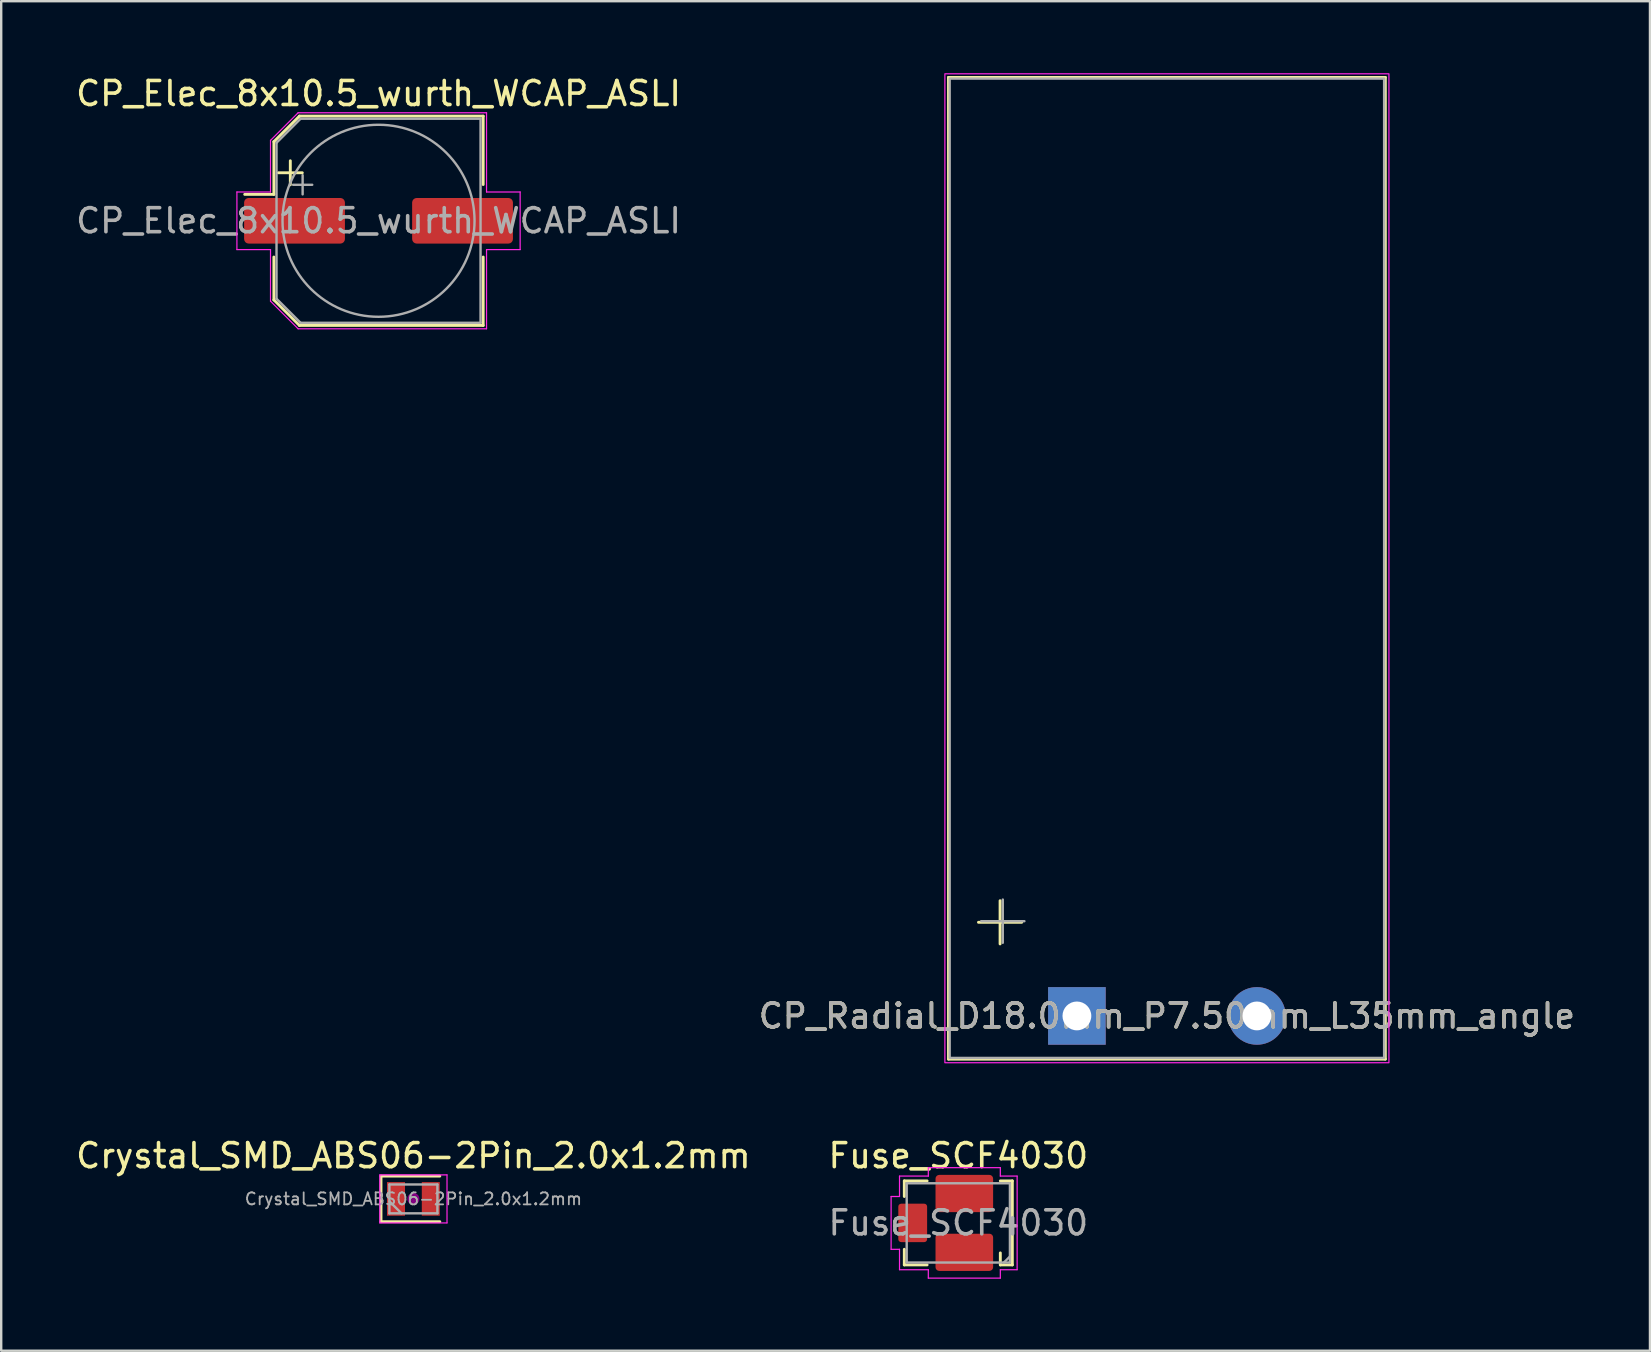
<source format=kicad_pcb>
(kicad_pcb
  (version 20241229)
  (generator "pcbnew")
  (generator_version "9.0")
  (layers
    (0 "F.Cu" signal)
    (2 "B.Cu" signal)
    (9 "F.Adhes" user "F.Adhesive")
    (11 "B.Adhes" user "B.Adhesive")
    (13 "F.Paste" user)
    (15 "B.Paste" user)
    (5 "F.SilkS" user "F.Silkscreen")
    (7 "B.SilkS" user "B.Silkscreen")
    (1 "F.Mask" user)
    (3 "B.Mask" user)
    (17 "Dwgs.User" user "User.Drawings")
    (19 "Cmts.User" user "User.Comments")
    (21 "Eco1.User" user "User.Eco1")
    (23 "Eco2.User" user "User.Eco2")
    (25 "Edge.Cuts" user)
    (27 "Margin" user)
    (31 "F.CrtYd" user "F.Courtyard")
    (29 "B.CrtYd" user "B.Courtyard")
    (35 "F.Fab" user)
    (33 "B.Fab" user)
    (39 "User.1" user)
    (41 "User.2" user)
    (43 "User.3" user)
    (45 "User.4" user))
  (footprint "CP_Radial_D18.0mm_P7.50mm_L35mm_angle"
    (layer "F.Cu")
    (at 41.815 39.275)
    (property "Reference" "CP_Radial_D18.0mm_P7.50mm_L35mm_angle" (at 3.75 0 180) (layer "F.SilkS") (effects (font (size 1 1) (thickness 0.15))))
    (attr through_hole)
    (fp_line (start -5.35 -39.1) (end -5.35 1.8) (stroke (width 0.12) (type solid)) (layer "F.SilkS"))
    (fp_line (start -4.1 -3.9) (end -2.3 -3.9) (stroke (width 0.12) (type solid)) (layer "F.SilkS"))
    (fp_line (start -3.2 -4.8) (end -3.2 -3) (stroke (width 0.12) (type solid)) (layer "F.SilkS"))
    (fp_line (start 12.85 -39.1) (end -5.35 -39.1) (stroke (width 0.12) (type solid)) (layer "F.SilkS"))
    (fp_line (start 12.85 1.8) (end -5.35 1.8) (stroke (width 0.12) (type solid)) (layer "F.SilkS"))
    (fp_line (start 12.85 1.8) (end 12.85 -39.1) (stroke (width 0.12) (type solid)) (layer "F.SilkS"))
    (fp_rect (start -5 -38.75) (end 12.5 -11.75) (stroke (width 0.12) (type solid)) (fill no) (layer "Eco1.User"))
    (fp_rect (start 13 1.95) (end -5.5 -39.25) (stroke (width 0.05) (type solid)) (fill no) (layer "F.CrtYd"))
    (fp_line (start -3.987 -3.947) (end -2.187 -3.947) (stroke (width 0.1) (type solid)) (layer "F.Fab"))
    (fp_line (start -3.087 -4.848) (end -3.087 -3.047) (stroke (width 0.1) (type solid)) (layer "F.Fab"))
    (fp_rect (start 12.8 1.75) (end -5.3 -39.05) (stroke (width 0.1) (type solid)) (fill no) (layer "F.Fab"))
    (fp_text user "Capacitor" (at 3.245 -28.75 0) (unlocked yes) (layer "Eco1.User") (effects (font (size 2 2) (thickness 0.3))))
    (fp_text user "Glue" (at 3.25 -31.75 0) (unlocked yes) (layer "Eco1.User") (effects (font (size 2 2) (thickness 0.3))))
    (fp_text user "board" (at 3.245 -22.5 0) (unlocked yes) (layer "Eco1.User") (effects (font (size 2 2) (thickness 0.3))))
    (fp_text user "to" (at 3.245 -25.5 0) (unlocked yes) (layer "Eco1.User") (effects (font (size 2 2) (thickness 0.3))))
    (fp_text user "${REFERENCE}" (at 3.75 0 0) (layer "F.Fab") (effects (font (size 1 1) (thickness 0.15))))
    (pad "1" thru_hole rect (at 0 0) (size 2.4 2.4) (drill 1.2) (layers "*.Cu" "*.Mask"))
    (pad "2" thru_hole circle (at 7.5 0) (size 2.4 2.4) (drill 1.2) (layers "*.Cu" "*.Mask")))
  (footprint "Crystal_SMD_ABS06-2Pin_2.0x1.2mm"
    (layer "F.Cu")
    (at 14.173 46.898)
    (property "Reference" "Crystal_SMD_ABS06-2Pin_2.0x1.2mm" (at 0 -1.8 0) (layer "F.SilkS") (effects (font (size 1 1) (thickness 0.15))))
    (attr smd)
    (fp_line (start -1.35 -0.95) (end -1.35 0.95) (stroke (width 0.12) (type solid)) (layer "F.SilkS"))
    (fp_line (start -1.35 -0.95) (end 1.1 -0.95) (stroke (width 0.12) (type solid)) (layer "F.SilkS"))
    (fp_line (start -1.35 0.95) (end 1.1 0.95) (stroke (width 0.12) (type solid)) (layer "F.SilkS"))
    (fp_circle (center 0 0) (end 0.047 0) (stroke (width 0.093) (type solid)) (fill no) (layer "F.Adhes"))
    (fp_circle (center 0 0) (end 0.107 0) (stroke (width 0.067) (type solid)) (fill no) (layer "F.Adhes"))
    (fp_circle (center 0 0) (end 0.167 0) (stroke (width 0.067) (type solid)) (fill no) (layer "F.Adhes"))
    (fp_circle (center 0 0) (end 0.2 0) (stroke (width 0.1) (type solid)) (fill no) (layer "F.Adhes"))
    (fp_line (start -1.4 -1) (end 1.4 -1) (stroke (width 0.05) (type solid)) (layer "F.CrtYd"))
    (fp_line (start -1.4 1) (end -1.4 -1) (stroke (width 0.05) (type solid)) (layer "F.CrtYd"))
    (fp_line (start -1.4 1) (end 1.4 1) (stroke (width 0.05) (type solid)) (layer "F.CrtYd"))
    (fp_line (start 1.4 1) (end 1.4 -1) (stroke (width 0.05) (type solid)) (layer "F.CrtYd"))
    (fp_line (start -1 -0.6) (end -1 0.6) (stroke (width 0.1) (type solid)) (layer "F.Fab"))
    (fp_line (start -1 0.1) (end -0.5 0.6) (stroke (width 0.1) (type solid)) (layer "F.Fab"))
    (fp_line (start -1 0.6) (end 1 0.6) (stroke (width 0.1) (type solid)) (layer "F.Fab"))
    (fp_line (start 1 -0.6) (end -1 -0.6) (stroke (width 0.1) (type solid)) (layer "F.Fab"))
    (fp_line (start 1 0.6) (end 1 -0.6) (stroke (width 0.1) (type solid)) (layer "F.Fab"))
    (fp_text user "${REFERENCE}" (at 0 0 0) (layer "F.Fab") (effects (font (size 0.5 0.5) (thickness 0.075))))
    (pad "1" smd rect (at -0.725 0) (size 0.75 1.4) (layers "F.Cu" "F.Mask" "F.Paste"))
    (pad "2" smd rect (at 0.725 0) (size 0.75 1.4) (layers "F.Cu" "F.Mask" "F.Paste")))
  (footprint "CP_Elec_8x10.5_wurth_WCAP_ASLI"
    (layer "F.Cu")
    (at 12.72 6.148)
    (property "Reference" "CP_Elec_8x10.5_wurth_WCAP_ASLI" (at 0 -5.3 0) (layer "F.SilkS") (effects (font (size 1 1) (thickness 0.15))))
    (attr smd)
    (fp_line (start -4.36 -3.296) (end -4.36 -1.1) (stroke (width 0.12) (type solid)) (layer "F.SilkS"))
    (fp_line (start -4.36 -3.296) (end -3.296 -4.36) (stroke (width 0.12) (type solid)) (layer "F.SilkS"))
    (fp_line (start -4.36 -1.1) (end -5.575 -1.1) (stroke (width 0.12) (type solid)) (layer "F.SilkS"))
    (fp_line (start -4.36 3.296) (end -4.36 1.51) (stroke (width 0.12) (type solid)) (layer "F.SilkS"))
    (fp_line (start -4.36 3.296) (end -3.296 4.36) (stroke (width 0.12) (type solid)) (layer "F.SilkS"))
    (fp_line (start -4.175 -2) (end -3.175 -2) (stroke (width 0.12) (type solid)) (layer "F.SilkS"))
    (fp_line (start -3.675 -2.5) (end -3.675 -1.5) (stroke (width 0.12) (type solid)) (layer "F.SilkS"))
    (fp_line (start -3.296 -4.36) (end 4.36 -4.36) (stroke (width 0.12) (type solid)) (layer "F.SilkS"))
    (fp_line (start -3.296 4.36) (end 4.36 4.36) (stroke (width 0.12) (type solid)) (layer "F.SilkS"))
    (fp_line (start 4.36 -4.36) (end 4.36 -1.51) (stroke (width 0.12) (type solid)) (layer "F.SilkS"))
    (fp_line (start 4.36 4.36) (end 4.36 1.51) (stroke (width 0.12) (type solid)) (layer "F.SilkS"))
    (fp_line (start -5.9 1.2) (end -5.9 -1.2) (stroke (width 0.05) (type solid)) (layer "F.CrtYd"))
    (fp_line (start -4.5 -3.35) (end -4.5 -1.2) (stroke (width 0.05) (type solid)) (layer "F.CrtYd"))
    (fp_line (start -4.5 -3.35) (end -3.35 -4.5) (stroke (width 0.05) (type solid)) (layer "F.CrtYd"))
    (fp_line (start -4.5 -1.2) (end -5.9 -1.2) (stroke (width 0.05) (type solid)) (layer "F.CrtYd"))
    (fp_line (start -4.5 1.2) (end -5.9 1.2) (stroke (width 0.05) (type solid)) (layer "F.CrtYd"))
    (fp_line (start -4.5 1.2) (end -4.5 3.35) (stroke (width 0.05) (type solid)) (layer "F.CrtYd"))
    (fp_line (start -4.5 3.35) (end -3.35 4.5) (stroke (width 0.05) (type solid)) (layer "F.CrtYd"))
    (fp_line (start -3.35 -4.5) (end 4.5 -4.5) (stroke (width 0.05) (type solid)) (layer "F.CrtYd"))
    (fp_line (start -3.35 4.5) (end 4.5 4.5) (stroke (width 0.05) (type solid)) (layer "F.CrtYd"))
    (fp_line (start 4.5 -4.5) (end 4.5 -1.2) (stroke (width 0.05) (type solid)) (layer "F.CrtYd"))
    (fp_line (start 4.5 -1.2) (end 5.9 -1.2) (stroke (width 0.05) (type solid)) (layer "F.CrtYd"))
    (fp_line (start 4.5 1.2) (end 4.5 4.5) (stroke (width 0.05) (type solid)) (layer "F.CrtYd"))
    (fp_line (start 4.5 1.2) (end 5.9 1.2) (stroke (width 0.05) (type solid)) (layer "F.CrtYd"))
    (fp_line (start 5.9 -1.2) (end 5.9 1.2) (stroke (width 0.05) (type solid)) (layer "F.CrtYd"))
    (fp_line (start -4.25 -3.25) (end -4.25 3.25) (stroke (width 0.1) (type solid)) (layer "F.Fab"))
    (fp_line (start -4.25 -3.25) (end -3.25 -4.25) (stroke (width 0.1) (type solid)) (layer "F.Fab"))
    (fp_line (start -4.25 3.25) (end -3.25 4.25) (stroke (width 0.1) (type solid)) (layer "F.Fab"))
    (fp_line (start -3.562 -1.5) (end -2.762 -1.5) (stroke (width 0.1) (type solid)) (layer "F.Fab"))
    (fp_line (start -3.25 -4.25) (end 4.25 -4.25) (stroke (width 0.1) (type solid)) (layer "F.Fab"))
    (fp_line (start -3.25 4.25) (end 4.25 4.25) (stroke (width 0.1) (type solid)) (layer "F.Fab"))
    (fp_line (start -3.162 -1.9) (end -3.162 -1.1) (stroke (width 0.1) (type solid)) (layer "F.Fab"))
    (fp_line (start 4.25 -4.25) (end 4.25 4.25) (stroke (width 0.1) (type solid)) (layer "F.Fab"))
    (fp_circle (center 0 0) (end 4 0) (stroke (width 0.1) (type solid)) (fill no) (layer "F.Fab"))
    (fp_text user "${REFERENCE}" (at 0 0 0) (layer "F.Fab") (effects (font (size 1 1) (thickness 0.15))))
    (pad "1" smd roundrect (at -3.5 0) (size 4.2 1.9) (layers "F.Cu" "F.Mask" "F.Paste") (roundrect_rratio 0.1))
    (pad "2" smd roundrect (at 3.5 0) (size 4.2 1.9) (layers "F.Cu" "F.Mask" "F.Paste") (roundrect_rratio 0.1)))
  (footprint "Fuse_SCF4030"
    (layer "F.Cu")
    (at 36.875 47.898)
    (property "Reference" "Fuse_SCF4030" (at 0 -2.8 0) (layer "F.SilkS") (effects (font (size 1 1) (thickness 0.15))))
    (attr smd)
    (fp_line (start -2.25 -1.1) (end -2.25 -1.75) (stroke (width 0.12) (type solid)) (layer "F.SilkS"))
    (fp_line (start -2.25 1.1) (end -2.25 1.75) (stroke (width 0.12) (type solid)) (layer "F.SilkS"))
    (fp_line (start -1.3 -1.75) (end -2.25 -1.75) (stroke (width 0.12) (type solid)) (layer "F.SilkS"))
    (fp_line (start -1.3 1.75) (end -2.25 1.75) (stroke (width 0.12) (type solid)) (layer "F.SilkS"))
    (fp_line (start 1.75 -1.75) (end 2.25 -1.75) (stroke (width 0.12) (type solid)) (layer "F.SilkS"))
    (fp_line (start 1.75 1.75) (end 1.75 1.25) (stroke (width 0.12) (type solid)) (layer "F.SilkS"))
    (fp_line (start 1.75 1.75) (end 2.25 1.75) (stroke (width 0.12) (type solid)) (layer "F.SilkS"))
    (fp_line (start 2.25 1.75) (end 2.25 -1.75) (stroke (width 0.12) (type solid)) (layer "F.SilkS"))
    (fp_line (start -2.8 -1.1) (end -2.8 1.1) (stroke (width 0.05) (type solid)) (layer "F.CrtYd"))
    (fp_line (start -2.8 -1.1) (end -2.45 -1.1) (stroke (width 0.05) (type solid)) (layer "F.CrtYd"))
    (fp_line (start -2.8 1.1) (end -2.45 1.1) (stroke (width 0.05) (type solid)) (layer "F.CrtYd"))
    (fp_line (start -2.45 -1.95) (end -2.45 -1.1) (stroke (width 0.05) (type solid)) (layer "F.CrtYd"))
    (fp_line (start -2.45 -1.95) (end -1.25 -1.95) (stroke (width 0.05) (type solid)) (layer "F.CrtYd"))
    (fp_line (start -2.45 1.95) (end -2.45 1.1) (stroke (width 0.05) (type solid)) (layer "F.CrtYd"))
    (fp_line (start -2.45 1.95) (end -1.25 1.95) (stroke (width 0.05) (type solid)) (layer "F.CrtYd"))
    (fp_line (start -1.25 -2.3) (end -1.25 -1.95) (stroke (width 0.05) (type solid)) (layer "F.CrtYd"))
    (fp_line (start -1.25 2.3) (end -1.25 1.95) (stroke (width 0.05) (type solid)) (layer "F.CrtYd"))
    (fp_line (start 1.75 -2.3) (end -1.25 -2.3) (stroke (width 0.05) (type solid)) (layer "F.CrtYd"))
    (fp_line (start 1.75 -2.3) (end 1.75 -1.95) (stroke (width 0.05) (type solid)) (layer "F.CrtYd"))
    (fp_line (start 1.75 2.3) (end -1.25 2.3) (stroke (width 0.05) (type solid)) (layer "F.CrtYd"))
    (fp_line (start 1.75 2.3) (end 1.75 1.95) (stroke (width 0.05) (type solid)) (layer "F.CrtYd"))
    (fp_line (start 2.45 -1.95) (end 1.75 -1.95) (stroke (width 0.05) (type solid)) (layer "F.CrtYd"))
    (fp_line (start 2.45 1.95) (end 1.75 1.95) (stroke (width 0.05) (type solid)) (layer "F.CrtYd"))
    (fp_line (start 2.45 1.95) (end 2.45 -1.95) (stroke (width 0.05) (type solid)) (layer "F.CrtYd"))
    (fp_line (start -2.15 -1.65) (end -2.15 1.65) (stroke (width 0.1) (type solid)) (layer "F.Fab"))
    (fp_line (start -2.15 -1.65) (end 2.15 -1.65) (stroke (width 0.1) (type solid)) (layer "F.Fab"))
    (fp_line (start -2.15 1.65) (end 2.15 1.65) (stroke (width 0.1) (type solid)) (layer "F.Fab"))
    (fp_line (start 2.15 -1.65) (end 2.15 1.65) (stroke (width 0.1) (type solid)) (layer "F.Fab"))
    (fp_line (start 2.15 1.4) (end 1.9 1.65) (stroke (width 0.1) (type default)) (layer "F.Fab"))
    (fp_text user "${REFERENCE}" (at 0 0 0) (layer "F.Fab") (effects (font (size 1 1) (thickness 0.15))))
    (pad "1" smd roundrect (at 0.25 1.225) (size 2.4 1.55) (layers "F.Cu" "F.Mask" "F.Paste") (roundrect_rratio 0.1))
    (pad "2" smd roundrect (at -1.9 0) (size 1.2 1.6) (layers "F.Cu" "F.Mask" "F.Paste") (roundrect_rratio 0.1))
    (pad "3" smd roundrect (at 0.25 -1.225) (size 2.4 1.55) (layers "F.Cu" "F.Mask" "F.Paste") (roundrect_rratio 0.1)))
  (gr_rect
    (start -3 -3)
    (end 65.69 53.223)
    (stroke (width 0.1) (type default))
    (fill no)
    (layer "Edge.Cuts")))
</source>
